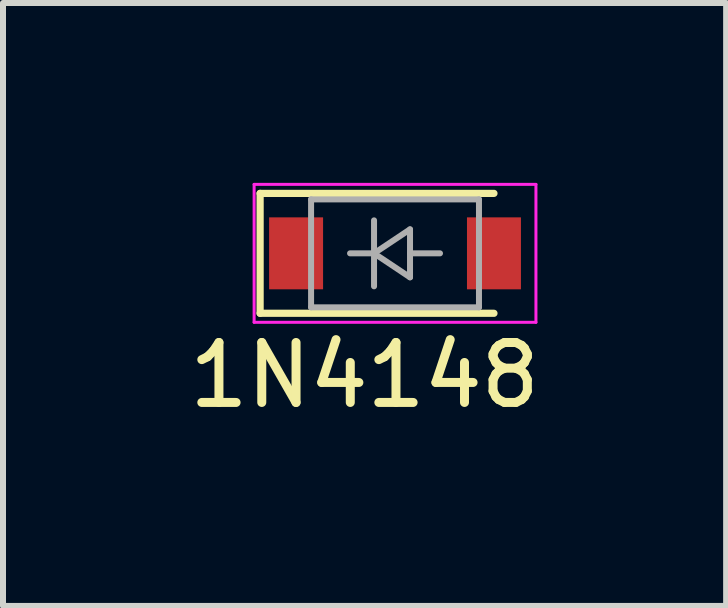
<source format=kicad_pcb>
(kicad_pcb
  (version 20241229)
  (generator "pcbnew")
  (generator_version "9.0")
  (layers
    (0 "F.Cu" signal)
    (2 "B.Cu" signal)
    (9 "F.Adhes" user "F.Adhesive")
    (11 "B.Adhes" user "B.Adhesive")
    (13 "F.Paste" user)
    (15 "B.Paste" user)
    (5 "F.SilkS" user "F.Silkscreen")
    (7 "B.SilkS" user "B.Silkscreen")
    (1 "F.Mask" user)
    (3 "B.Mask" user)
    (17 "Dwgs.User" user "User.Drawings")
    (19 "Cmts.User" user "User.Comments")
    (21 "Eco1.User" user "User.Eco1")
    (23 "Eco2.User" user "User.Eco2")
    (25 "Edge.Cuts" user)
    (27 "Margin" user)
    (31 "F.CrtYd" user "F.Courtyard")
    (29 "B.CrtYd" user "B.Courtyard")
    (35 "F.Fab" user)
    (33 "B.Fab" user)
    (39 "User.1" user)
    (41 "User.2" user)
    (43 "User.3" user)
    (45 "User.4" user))
  (footprint "1N4148"
    (layer "F.Cu")
    (at 3.538 1.175)
    (property "Reference" "1N4148" (at -0.508 2.032 0) (layer "F.SilkS") (effects (font (size 1 1) (thickness 0.15))))
    (attr smd)
    (fp_line (start -2.25 -1) (end -2.25 1) (stroke (width 0.12) (type solid)) (layer "F.SilkS"))
    (fp_line (start -2.25 -1) (end 1.65 -1) (stroke (width 0.12) (type solid)) (layer "F.SilkS"))
    (fp_line (start -2.25 1) (end 1.65 1) (stroke (width 0.12) (type solid)) (layer "F.SilkS"))
    (fp_line (start -2.35 -1.15) (end -2.35 1.15) (stroke (width 0.05) (type solid)) (layer "F.CrtYd"))
    (fp_line (start -2.35 -1.15) (end 2.35 -1.15) (stroke (width 0.05) (type solid)) (layer "F.CrtYd"))
    (fp_line (start 2.35 -1.15) (end 2.35 1.15) (stroke (width 0.05) (type solid)) (layer "F.CrtYd"))
    (fp_line (start 2.35 1.15) (end -2.35 1.15) (stroke (width 0.05) (type solid)) (layer "F.CrtYd"))
    (fp_line (start -1.4 -0.9) (end 1.4 -0.9) (stroke (width 0.1) (type solid)) (layer "F.Fab"))
    (fp_line (start -1.4 0.9) (end -1.4 -0.9) (stroke (width 0.1) (type solid)) (layer "F.Fab"))
    (fp_line (start -0.75 0) (end -0.35 0) (stroke (width 0.1) (type solid)) (layer "F.Fab"))
    (fp_line (start -0.35 0) (end -0.35 -0.55) (stroke (width 0.1) (type solid)) (layer "F.Fab"))
    (fp_line (start -0.35 0) (end -0.35 0.55) (stroke (width 0.1) (type solid)) (layer "F.Fab"))
    (fp_line (start -0.35 0) (end 0.25 -0.4) (stroke (width 0.1) (type solid)) (layer "F.Fab"))
    (fp_line (start 0.25 -0.4) (end 0.25 0.4) (stroke (width 0.1) (type solid)) (layer "F.Fab"))
    (fp_line (start 0.25 0) (end 0.75 0) (stroke (width 0.1) (type solid)) (layer "F.Fab"))
    (fp_line (start 0.25 0.4) (end -0.35 0) (stroke (width 0.1) (type solid)) (layer "F.Fab"))
    (fp_line (start 1.4 -0.9) (end 1.4 0.9) (stroke (width 0.1) (type solid)) (layer "F.Fab"))
    (fp_line (start 1.4 0.9) (end -1.4 0.9) (stroke (width 0.1) (type solid)) (layer "F.Fab"))
    (pad "1" smd rect (at -1.65 0) (size 0.9 1.2) (layers "F.Cu" "F.Mask" "F.Paste"))
    (pad "2" smd rect (at 1.65 0) (size 0.9 1.2) (layers "F.Cu" "F.Mask" "F.Paste")))
  (gr_rect
    (start -3 -3)
    (end 9.06 7.055)
    (stroke (width 0.1) (type default))
    (fill no)
    (layer "Edge.Cuts")))
</source>
